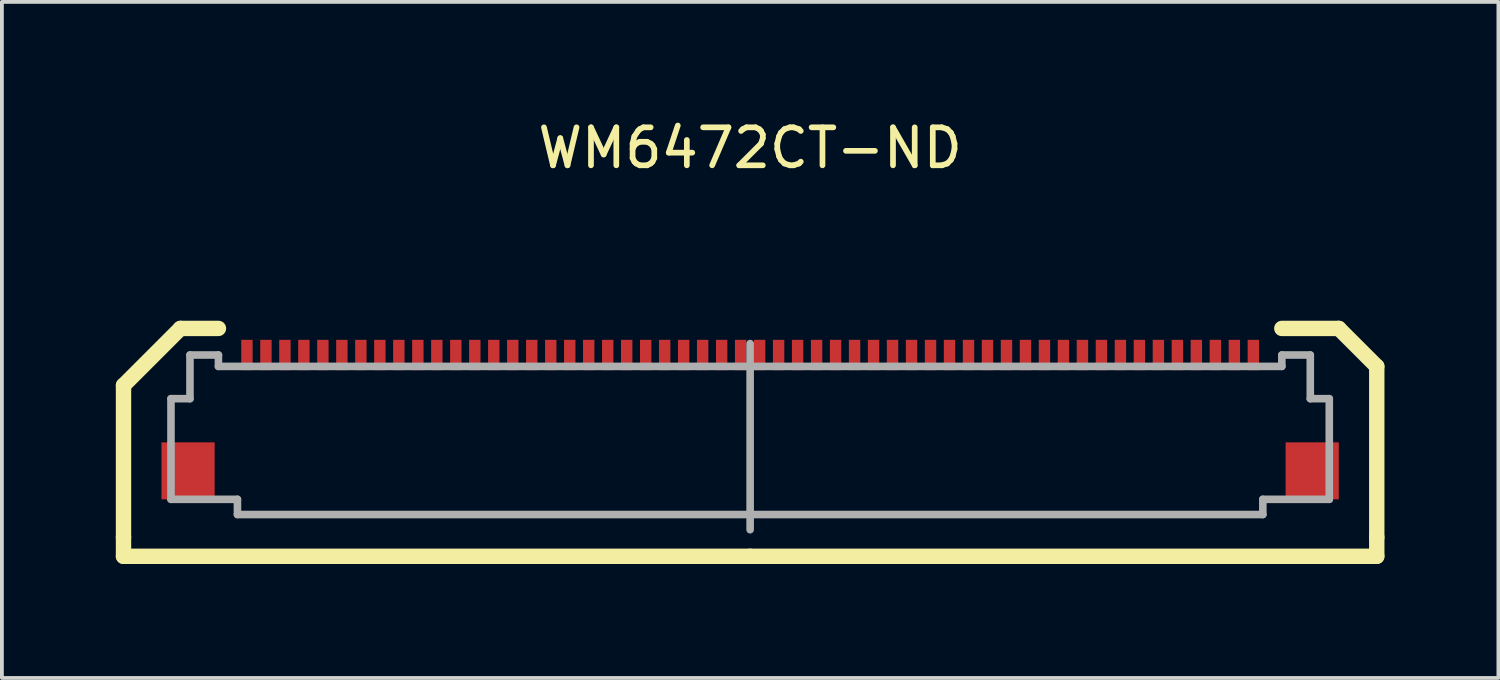
<source format=kicad_pcb>
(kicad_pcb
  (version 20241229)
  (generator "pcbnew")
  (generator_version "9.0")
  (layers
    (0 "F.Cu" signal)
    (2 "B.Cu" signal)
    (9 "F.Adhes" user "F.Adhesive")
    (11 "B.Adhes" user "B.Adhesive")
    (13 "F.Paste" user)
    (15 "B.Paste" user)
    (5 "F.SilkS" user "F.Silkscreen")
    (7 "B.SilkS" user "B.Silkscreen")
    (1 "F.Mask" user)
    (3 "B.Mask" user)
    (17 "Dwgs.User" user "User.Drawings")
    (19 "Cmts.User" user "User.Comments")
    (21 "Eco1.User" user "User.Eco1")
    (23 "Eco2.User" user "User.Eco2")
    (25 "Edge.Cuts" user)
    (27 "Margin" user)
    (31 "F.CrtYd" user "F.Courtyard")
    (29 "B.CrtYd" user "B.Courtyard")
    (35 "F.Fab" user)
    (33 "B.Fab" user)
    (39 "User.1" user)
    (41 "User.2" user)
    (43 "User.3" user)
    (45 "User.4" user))
  (footprint "WM6472CT-ND"
    (layer "F.Cu")
    (at 16.702 6.598)
    (property "Reference" "WM6472CT-ND" (at 0 -5.75 0) (layer "F.SilkS") (effects (font (size 1 1) (thickness 0.15))))
    (attr through_hole)
    (fp_line (start -16.5 0.5) (end -15 -1) (stroke (width 0.405) (type solid)) (layer "F.SilkS"))
    (fp_line (start -16.5 4.5) (end -16.5 0.5) (stroke (width 0.405) (type solid)) (layer "F.SilkS"))
    (fp_line (start -16.5 5) (end -16.5 4.5) (stroke (width 0.405) (type solid)) (layer "F.SilkS"))
    (fp_line (start -15 -1) (end -14 -1) (stroke (width 0.405) (type solid)) (layer "F.SilkS"))
    (fp_line (start 0 5) (end -16.5 5) (stroke (width 0.405) (type solid)) (layer "F.SilkS"))
    (fp_line (start 0 5) (end 16.5 5) (stroke (width 0.405) (type solid)) (layer "F.SilkS"))
    (fp_line (start 15.5 -1) (end 14 -1) (stroke (width 0.405) (type solid)) (layer "F.SilkS"))
    (fp_line (start 16.5 0) (end 15.5 -1) (stroke (width 0.405) (type solid)) (layer "F.SilkS"))
    (fp_line (start 16.5 4.5) (end 16.5 0) (stroke (width 0.405) (type solid)) (layer "F.SilkS"))
    (fp_line (start 16.5 5) (end 16.5 4.5) (stroke (width 0.405) (type solid)) (layer "F.SilkS"))
    (fp_line (start -15.25 0.85) (end -15.25 3.5) (stroke (width 0.2) (type solid)) (layer "F.Fab"))
    (fp_line (start -15.25 3.5) (end -13.5 3.5) (stroke (width 0.2) (type solid)) (layer "F.Fab"))
    (fp_line (start -14.75 -0.3) (end -14 -0.3) (stroke (width 0.2) (type solid)) (layer "F.Fab"))
    (fp_line (start -14.75 0.85) (end -15.25 0.85) (stroke (width 0.2) (type solid)) (layer "F.Fab"))
    (fp_line (start -14.75 0.85) (end -14.75 -0.3) (stroke (width 0.2) (type solid)) (layer "F.Fab"))
    (fp_line (start -14 0) (end -14 -0.3) (stroke (width 0.2) (type solid)) (layer "F.Fab"))
    (fp_line (start -14 0) (end 14 0) (stroke (width 0.2) (type solid)) (layer "F.Fab"))
    (fp_line (start -13.5 3.5) (end -13.5 3.9) (stroke (width 0.2) (type solid)) (layer "F.Fab"))
    (fp_line (start -13.5 3.9) (end 13.5 3.9) (stroke (width 0.2) (type solid)) (layer "F.Fab"))
    (fp_line (start 0 4.3) (end 0 -0.6) (stroke (width 0.2) (type solid)) (layer "F.Fab"))
    (fp_line (start 13.5 3.5) (end 15.25 3.5) (stroke (width 0.2) (type solid)) (layer "F.Fab"))
    (fp_line (start 13.5 3.9) (end 13.5 3.5) (stroke (width 0.2) (type solid)) (layer "F.Fab"))
    (fp_line (start 14 0) (end 14 -0.3) (stroke (width 0.2) (type solid)) (layer "F.Fab"))
    (fp_line (start 14.75 -0.3) (end 14 -0.3) (stroke (width 0.2) (type solid)) (layer "F.Fab"))
    (fp_line (start 14.75 0.85) (end 14.75 -0.3) (stroke (width 0.2) (type solid)) (layer "F.Fab"))
    (fp_line (start 15.25 0.85) (end 14.75 0.85) (stroke (width 0.2) (type solid)) (layer "F.Fab"))
    (fp_line (start 15.25 3.5) (end 15.25 0.85) (stroke (width 0.2) (type solid)) (layer "F.Fab"))
    (pad "" smd rect (at -14.8 2.75) (size 1.4 1.5) (layers "F.Cu" "F.Mask" "F.Paste"))
    (pad "" smd rect (at 14.8 2.75) (size 1.4 1.5) (layers "F.Cu" "F.Mask" "F.Paste"))
    (pad "1" smd rect (at -13.25 -0.3) (size 0.3 0.8) (layers "F.Cu" "F.Mask" "F.Paste"))
    (pad "2" smd rect (at -12.75 -0.3) (size 0.3 0.8) (layers "F.Cu" "F.Mask" "F.Paste"))
    (pad "3" smd rect (at -12.25 -0.3) (size 0.3 0.8) (layers "F.Cu" "F.Mask" "F.Paste"))
    (pad "4" smd rect (at -11.75 -0.3) (size 0.3 0.8) (layers "F.Cu" "F.Mask" "F.Paste"))
    (pad "5" smd rect (at -11.25 -0.3) (size 0.3 0.8) (layers "F.Cu" "F.Mask" "F.Paste"))
    (pad "6" smd rect (at -10.75 -0.3) (size 0.3 0.8) (layers "F.Cu" "F.Mask" "F.Paste"))
    (pad "7" smd rect (at -10.25 -0.3) (size 0.3 0.8) (layers "F.Cu" "F.Mask" "F.Paste"))
    (pad "8" smd rect (at -9.75 -0.3) (size 0.3 0.8) (layers "F.Cu" "F.Mask" "F.Paste"))
    (pad "9" smd rect (at -9.25 -0.3) (size 0.3 0.8) (layers "F.Cu" "F.Mask" "F.Paste"))
    (pad "10" smd rect (at -8.75 -0.3) (size 0.3 0.8) (layers "F.Cu" "F.Mask" "F.Paste"))
    (pad "11" smd rect (at -8.25 -0.3) (size 0.3 0.8) (layers "F.Cu" "F.Mask" "F.Paste"))
    (pad "12" smd rect (at -7.75 -0.3) (size 0.3 0.8) (layers "F.Cu" "F.Mask" "F.Paste"))
    (pad "13" smd rect (at -7.25 -0.3) (size 0.3 0.8) (layers "F.Cu" "F.Mask" "F.Paste"))
    (pad "14" smd rect (at -6.75 -0.3) (size 0.3 0.8) (layers "F.Cu" "F.Mask" "F.Paste"))
    (pad "15" smd rect (at -6.25 -0.3) (size 0.3 0.8) (layers "F.Cu" "F.Mask" "F.Paste"))
    (pad "16" smd rect (at -5.75 -0.3) (size 0.3 0.8) (layers "F.Cu" "F.Mask" "F.Paste"))
    (pad "17" smd rect (at -5.25 -0.3) (size 0.3 0.8) (layers "F.Cu" "F.Mask" "F.Paste"))
    (pad "18" smd rect (at -4.75 -0.3) (size 0.3 0.8) (layers "F.Cu" "F.Mask" "F.Paste"))
    (pad "19" smd rect (at -4.25 -0.3) (size 0.3 0.8) (layers "F.Cu" "F.Mask" "F.Paste"))
    (pad "20" smd rect (at -3.75 -0.3) (size 0.3 0.8) (layers "F.Cu" "F.Mask" "F.Paste"))
    (pad "21" smd rect (at -3.25 -0.3) (size 0.3 0.8) (layers "F.Cu" "F.Mask" "F.Paste"))
    (pad "22" smd rect (at -2.75 -0.3) (size 0.3 0.8) (layers "F.Cu" "F.Mask" "F.Paste"))
    (pad "23" smd rect (at -2.25 -0.3) (size 0.3 0.8) (layers "F.Cu" "F.Mask" "F.Paste"))
    (pad "24" smd rect (at -1.75 -0.3) (size 0.3 0.8) (layers "F.Cu" "F.Mask" "F.Paste"))
    (pad "25" smd rect (at -1.25 -0.3) (size 0.3 0.8) (layers "F.Cu" "F.Mask" "F.Paste"))
    (pad "26" smd rect (at -0.75 -0.3) (size 0.3 0.8) (layers "F.Cu" "F.Mask" "F.Paste"))
    (pad "27" smd rect (at -0.25 -0.3) (size 0.3 0.8) (layers "F.Cu" "F.Mask" "F.Paste"))
    (pad "28" smd rect (at 0.25 -0.3) (size 0.3 0.8) (layers "F.Cu" "F.Mask" "F.Paste"))
    (pad "29" smd rect (at 0.75 -0.3) (size 0.3 0.8) (layers "F.Cu" "F.Mask" "F.Paste"))
    (pad "30" smd rect (at 1.25 -0.3) (size 0.3 0.8) (layers "F.Cu" "F.Mask" "F.Paste"))
    (pad "31" smd rect (at 1.75 -0.3) (size 0.3 0.8) (layers "F.Cu" "F.Mask" "F.Paste"))
    (pad "32" smd rect (at 2.25 -0.3) (size 0.3 0.8) (layers "F.Cu" "F.Mask" "F.Paste"))
    (pad "33" smd rect (at 2.75 -0.3) (size 0.3 0.8) (layers "F.Cu" "F.Mask" "F.Paste"))
    (pad "34" smd rect (at 3.25 -0.3) (size 0.3 0.8) (layers "F.Cu" "F.Mask" "F.Paste"))
    (pad "35" smd rect (at 3.75 -0.3) (size 0.3 0.8) (layers "F.Cu" "F.Mask" "F.Paste"))
    (pad "36" smd rect (at 4.25 -0.3) (size 0.3 0.8) (layers "F.Cu" "F.Mask" "F.Paste"))
    (pad "37" smd rect (at 4.75 -0.3) (size 0.3 0.8) (layers "F.Cu" "F.Mask" "F.Paste"))
    (pad "38" smd rect (at 5.25 -0.3) (size 0.3 0.8) (layers "F.Cu" "F.Mask" "F.Paste"))
    (pad "39" smd rect (at 5.75 -0.3) (size 0.3 0.8) (layers "F.Cu" "F.Mask" "F.Paste"))
    (pad "40" smd rect (at 6.25 -0.3) (size 0.3 0.8) (layers "F.Cu" "F.Mask" "F.Paste"))
    (pad "41" smd rect (at 6.75 -0.3) (size 0.3 0.8) (layers "F.Cu" "F.Mask" "F.Paste"))
    (pad "42" smd rect (at 7.25 -0.3) (size 0.3 0.8) (layers "F.Cu" "F.Mask" "F.Paste"))
    (pad "43" smd rect (at 7.75 -0.3) (size 0.3 0.8) (layers "F.Cu" "F.Mask" "F.Paste"))
    (pad "44" smd rect (at 8.25 -0.3) (size 0.3 0.8) (layers "F.Cu" "F.Mask" "F.Paste"))
    (pad "45" smd rect (at 8.75 -0.3) (size 0.3 0.8) (layers "F.Cu" "F.Mask" "F.Paste"))
    (pad "46" smd rect (at 9.25 -0.3) (size 0.3 0.8) (layers "F.Cu" "F.Mask" "F.Paste"))
    (pad "47" smd rect (at 9.75 -0.3) (size 0.3 0.8) (layers "F.Cu" "F.Mask" "F.Paste"))
    (pad "48" smd rect (at 10.25 -0.3) (size 0.3 0.8) (layers "F.Cu" "F.Mask" "F.Paste"))
    (pad "49" smd rect (at 10.75 -0.3) (size 0.3 0.8) (layers "F.Cu" "F.Mask" "F.Paste"))
    (pad "50" smd rect (at 11.25 -0.3) (size 0.3 0.8) (layers "F.Cu" "F.Mask" "F.Paste"))
    (pad "51" smd rect (at 11.75 -0.3) (size 0.3 0.8) (layers "F.Cu" "F.Mask" "F.Paste"))
    (pad "52" smd rect (at 12.25 -0.3) (size 0.3 0.8) (layers "F.Cu" "F.Mask" "F.Paste"))
    (pad "53" smd rect (at 12.75 -0.3) (size 0.3 0.8) (layers "F.Cu" "F.Mask" "F.Paste"))
    (pad "54" smd rect (at 13.25 -0.3) (size 0.3 0.8) (layers "F.Cu" "F.Mask" "F.Paste")))
  (gr_rect
    (start -3 -3)
    (end 36.405 14.801)
    (stroke (width 0.1) (type default))
    (fill no)
    (layer "Edge.Cuts")))
</source>
